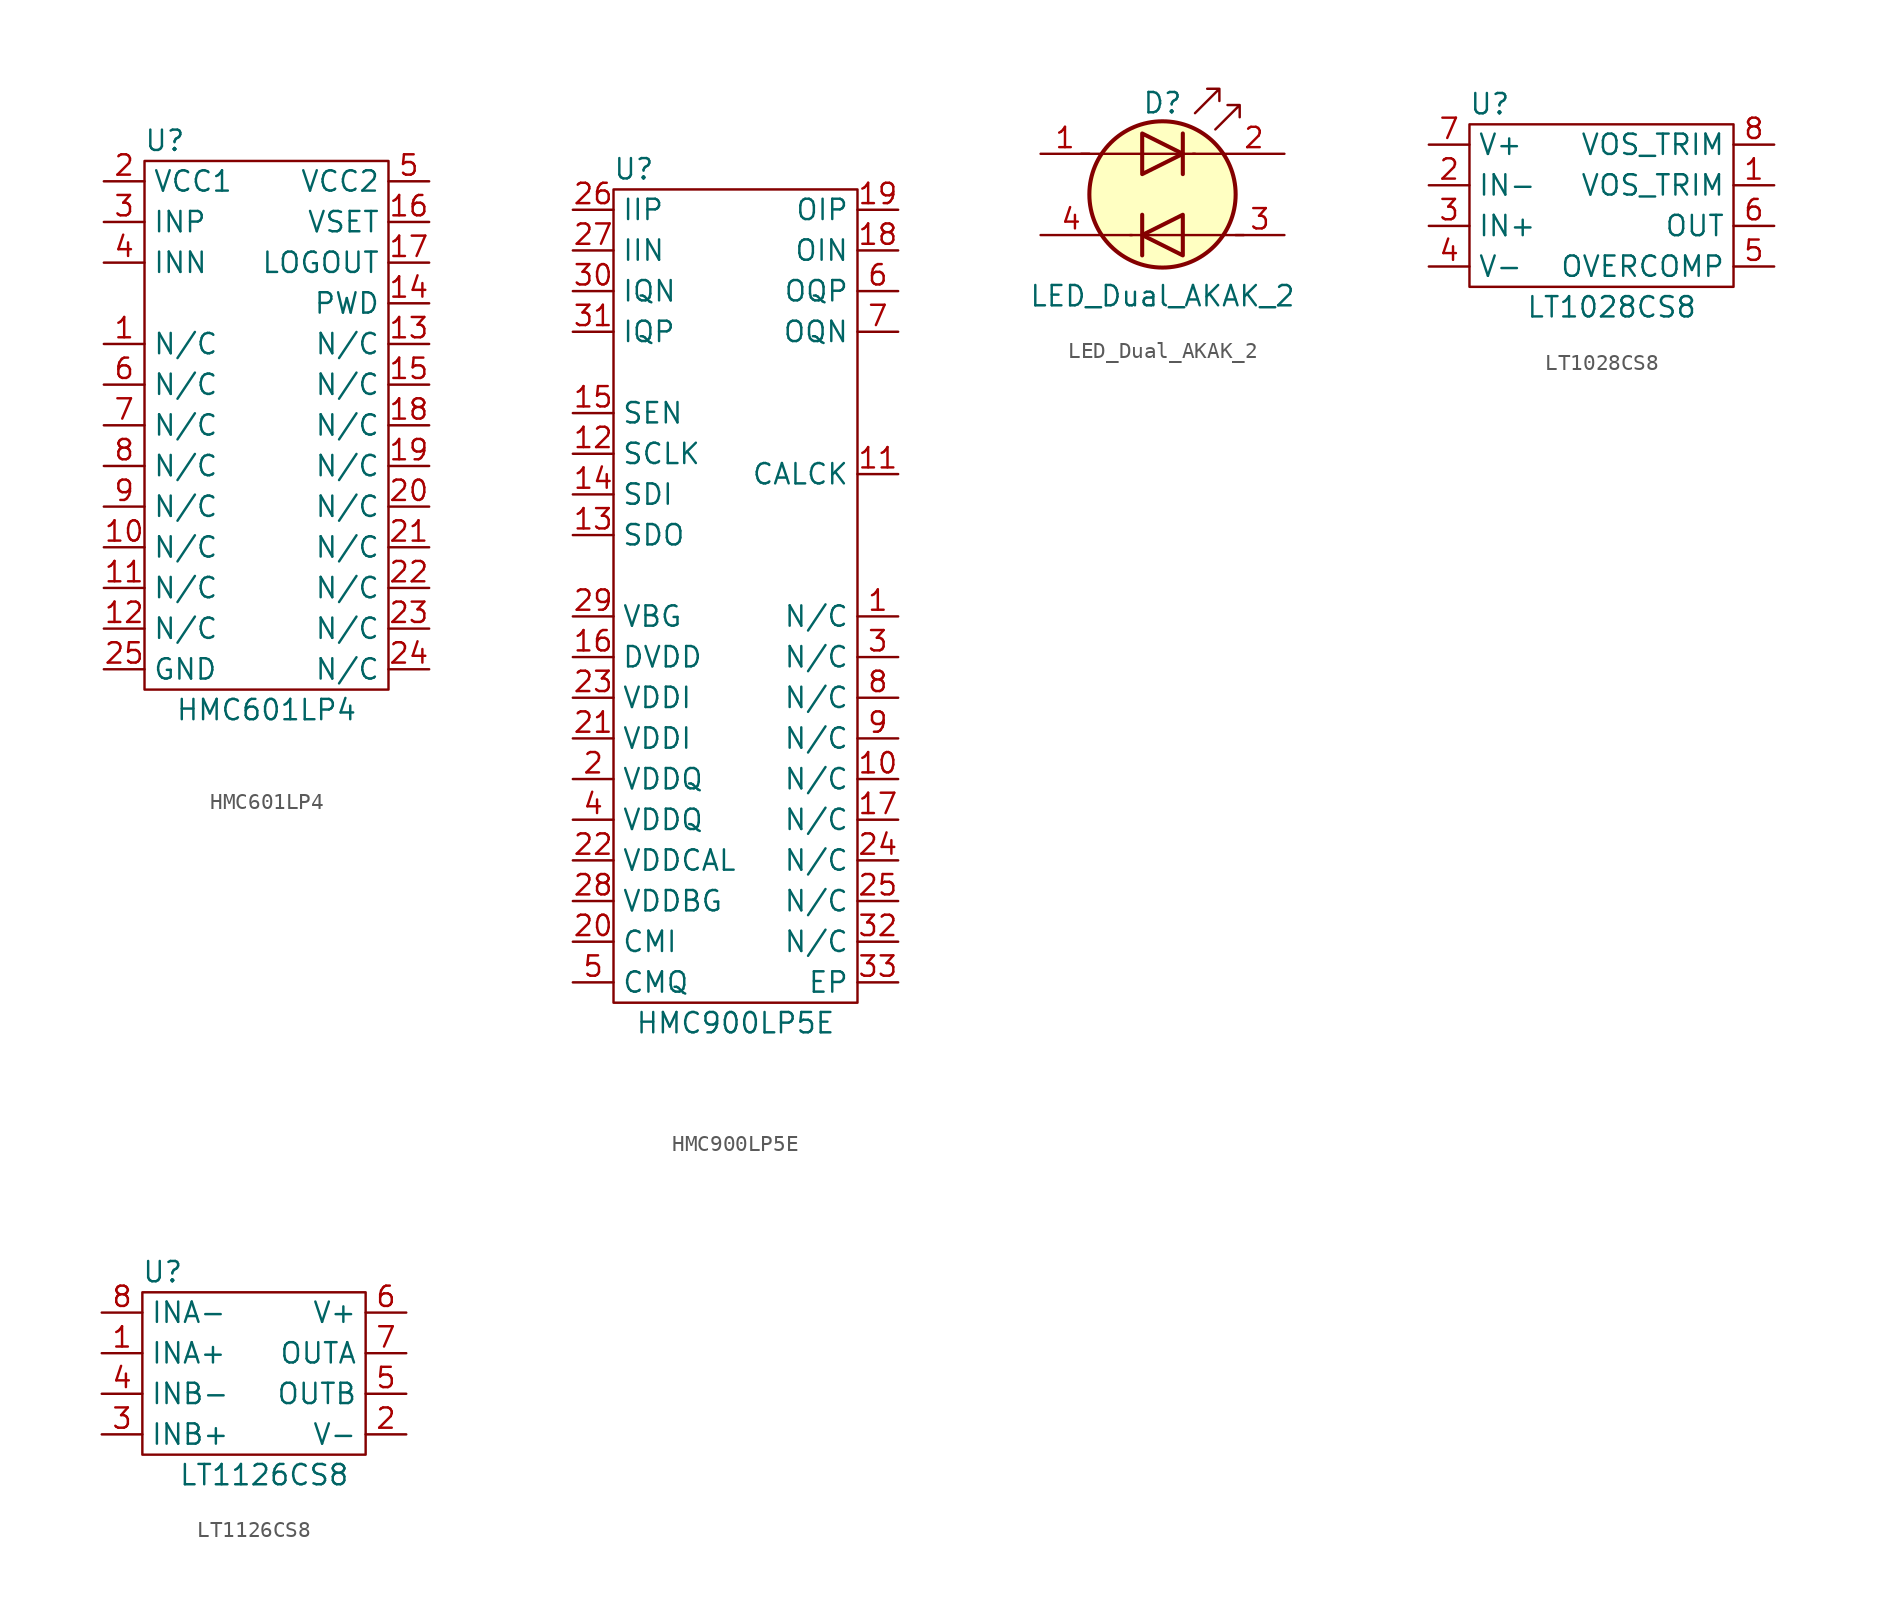
<source format=kicad_sym>
(kicad_symbol_lib
  (version 20211014)
  (generator kicad_symbol_editor)
  (symbol "HMC601LP4"
    (property "Reference" "U"
      (at -6.35 16.51 0)
      (effects (font (size 1.27 1.27))))
    (property "Value" "HMC601LP4"
      (at 0 -19.05 0)
      (effects (font (size 1.27 1.27))))
    (symbol "HMC601LP4_0_1"
      (rectangle (start -7.62 15.24) (end 7.62 -17.78) (stroke (width 0.152) (type default) (color 0 0 0 0)) (fill (type none))))
    (symbol "HMC601LP4_1_1"
      (pin free line (at -10.16 3.81 0) (length 2.54) (name "N/C" (effects (font (size 1.27 1.27)))) (number "1" (effects (font (size 1.27 1.27)))))
      (pin free line (at -10.16 -8.89 0) (length 2.54) (name "N/C" (effects (font (size 1.27 1.27)))) (number "10" (effects (font (size 1.27 1.27)))))
      (pin free line (at -10.16 -11.43 0) (length 2.54) (name "N/C" (effects (font (size 1.27 1.27)))) (number "11" (effects (font (size 1.27 1.27)))))
      (pin free line (at -10.16 -13.97 0) (length 2.54) (name "N/C" (effects (font (size 1.27 1.27)))) (number "12" (effects (font (size 1.27 1.27)))))
      (pin free line (at 10.16 3.81 180) (length 2.54) (name "N/C" (effects (font (size 1.27 1.27)))) (number "13" (effects (font (size 1.27 1.27)))))
      (pin input line (at 10.16 6.35 180) (length 2.54) (name "PWD" (effects (font (size 1.27 1.27)))) (number "14" (effects (font (size 1.27 1.27)))))
      (pin free line (at 10.16 1.27 180) (length 2.54) (name "N/C" (effects (font (size 1.27 1.27)))) (number "15" (effects (font (size 1.27 1.27)))))
      (pin input line (at 10.16 11.43 180) (length 2.54) (name "VSET" (effects (font (size 1.27 1.27)))) (number "16" (effects (font (size 1.27 1.27)))))
      (pin output line (at 10.16 8.89 180) (length 2.54) (name "LOGOUT" (effects (font (size 1.27 1.27)))) (number "17" (effects (font (size 1.27 1.27)))))
      (pin free line (at 10.16 -1.27 180) (length 2.54) (name "N/C" (effects (font (size 1.27 1.27)))) (number "18" (effects (font (size 1.27 1.27)))))
      (pin free line (at 10.16 -3.81 180) (length 2.54) (name "N/C" (effects (font (size 1.27 1.27)))) (number "19" (effects (font (size 1.27 1.27)))))
      (pin power_in line (at -10.16 13.97 0) (length 2.54) (name "VCC1" (effects (font (size 1.27 1.27)))) (number "2" (effects (font (size 1.27 1.27)))))
      (pin free line (at 10.16 -6.35 180) (length 2.54) (name "N/C" (effects (font (size 1.27 1.27)))) (number "20" (effects (font (size 1.27 1.27)))))
      (pin free line (at 10.16 -8.89 180) (length 2.54) (name "N/C" (effects (font (size 1.27 1.27)))) (number "21" (effects (font (size 1.27 1.27)))))
      (pin free line (at 10.16 -11.43 180) (length 2.54) (name "N/C" (effects (font (size 1.27 1.27)))) (number "22" (effects (font (size 1.27 1.27)))))
      (pin free line (at 10.16 -13.97 180) (length 2.54) (name "N/C" (effects (font (size 1.27 1.27)))) (number "23" (effects (font (size 1.27 1.27)))))
      (pin free line (at 10.16 -16.51 180) (length 2.54) (name "N/C" (effects (font (size 1.27 1.27)))) (number "24" (effects (font (size 1.27 1.27)))))
      (pin free line (at -10.16 -16.51 0) (length 2.54) (name "GND" (effects (font (size 1.27 1.27)))) (number "25" (effects (font (size 1.27 1.27)))))
      (pin input line (at -10.16 11.43 0) (length 2.54) (name "INP" (effects (font (size 1.27 1.27)))) (number "3" (effects (font (size 1.27 1.27)))))
      (pin input line (at -10.16 8.89 0) (length 2.54) (name "INN" (effects (font (size 1.27 1.27)))) (number "4" (effects (font (size 1.27 1.27)))))
      (pin power_in line (at 10.16 13.97 180) (length 2.54) (name "VCC2" (effects (font (size 1.27 1.27)))) (number "5" (effects (font (size 1.27 1.27)))))
      (pin free line (at -10.16 1.27 0) (length 2.54) (name "N/C" (effects (font (size 1.27 1.27)))) (number "6" (effects (font (size 1.27 1.27)))))
      (pin free line (at -10.16 -1.27 0) (length 2.54) (name "N/C" (effects (font (size 1.27 1.27)))) (number "7" (effects (font (size 1.27 1.27)))))
      (pin free line (at -10.16 -3.81 0) (length 2.54) (name "N/C" (effects (font (size 1.27 1.27)))) (number "8" (effects (font (size 1.27 1.27)))))
      (pin free line (at -10.16 -6.35 0) (length 2.54) (name "N/C" (effects (font (size 1.27 1.27)))) (number "9" (effects (font (size 1.27 1.27)))))))
  (symbol "HMC900LP5E"
    (property "Reference" "U"
      (at -6.35 22.86 0)
      (effects (font (size 1.27 1.27))))
    (property "Value" "HMC900LP5E"
      (at 0 -30.48 0)
      (effects (font (size 1.27 1.27))))
    (symbol "HMC900LP5E_0_1"
      (rectangle (start -7.62 21.59) (end 7.62 -29.21) (stroke (width 0.152) (type default) (color 0 0 0 0)) (fill (type none))))
    (symbol "HMC900LP5E_1_1"
      (pin free line (at 10.16 -5.08 180) (length 2.54) (name "N/C" (effects (font (size 1.27 1.27)))) (number "1" (effects (font (size 1.27 1.27)))))
      (pin free line (at 10.16 -15.24 180) (length 2.54) (name "N/C" (effects (font (size 1.27 1.27)))) (number "10" (effects (font (size 1.27 1.27)))))
      (pin input line (at 10.16 3.81 180) (length 2.54) (name "CALCK" (effects (font (size 1.27 1.27)))) (number "11" (effects (font (size 1.27 1.27)))))
      (pin input line (at -10.16 5.08 0) (length 2.54) (name "SCLK" (effects (font (size 1.27 1.27)))) (number "12" (effects (font (size 1.27 1.27)))))
      (pin output line (at -10.16 0 0) (length 2.54) (name "SDO" (effects (font (size 1.27 1.27)))) (number "13" (effects (font (size 1.27 1.27)))))
      (pin input line (at -10.16 2.54 0) (length 2.54) (name "SDI" (effects (font (size 1.27 1.27)))) (number "14" (effects (font (size 1.27 1.27)))))
      (pin input line (at -10.16 7.62 0) (length 2.54) (name "SEN" (effects (font (size 1.27 1.27)))) (number "15" (effects (font (size 1.27 1.27)))))
      (pin power_in line (at -10.16 -7.62 0) (length 2.54) (name "DVDD" (effects (font (size 1.27 1.27)))) (number "16" (effects (font (size 1.27 1.27)))))
      (pin free line (at 10.16 -17.78 180) (length 2.54) (name "N/C" (effects (font (size 1.27 1.27)))) (number "17" (effects (font (size 1.27 1.27)))))
      (pin output line (at 10.16 17.78 180) (length 2.54) (name "OIN" (effects (font (size 1.27 1.27)))) (number "18" (effects (font (size 1.27 1.27)))))
      (pin output line (at 10.16 20.32 180) (length 2.54) (name "OIP" (effects (font (size 1.27 1.27)))) (number "19" (effects (font (size 1.27 1.27)))))
      (pin power_in line (at -10.16 -15.24 0) (length 2.54) (name "VDDQ" (effects (font (size 1.27 1.27)))) (number "2" (effects (font (size 1.27 1.27)))))
      (pin input line (at -10.16 -25.4 0) (length 2.54) (name "CMI" (effects (font (size 1.27 1.27)))) (number "20" (effects (font (size 1.27 1.27)))))
      (pin power_in line (at -10.16 -12.7 0) (length 2.54) (name "VDDI" (effects (font (size 1.27 1.27)))) (number "21" (effects (font (size 1.27 1.27)))))
      (pin power_in line (at -10.16 -20.32 0) (length 2.54) (name "VDDCAL" (effects (font (size 1.27 1.27)))) (number "22" (effects (font (size 1.27 1.27)))))
      (pin power_in line (at -10.16 -10.16 0) (length 2.54) (name "VDDI" (effects (font (size 1.27 1.27)))) (number "23" (effects (font (size 1.27 1.27)))))
      (pin free line (at 10.16 -20.32 180) (length 2.54) (name "N/C" (effects (font (size 1.27 1.27)))) (number "24" (effects (font (size 1.27 1.27)))))
      (pin free line (at 10.16 -22.86 180) (length 2.54) (name "N/C" (effects (font (size 1.27 1.27)))) (number "25" (effects (font (size 1.27 1.27)))))
      (pin input line (at -10.16 20.32 0) (length 2.54) (name "IIP" (effects (font (size 1.27 1.27)))) (number "26" (effects (font (size 1.27 1.27)))))
      (pin input line (at -10.16 17.78 0) (length 2.54) (name "IIN" (effects (font (size 1.27 1.27)))) (number "27" (effects (font (size 1.27 1.27)))))
      (pin power_in line (at -10.16 -22.86 0) (length 2.54) (name "VDDBG" (effects (font (size 1.27 1.27)))) (number "28" (effects (font (size 1.27 1.27)))))
      (pin power_out line (at -10.16 -5.08 0) (length 2.54) (name "VBG" (effects (font (size 1.27 1.27)))) (number "29" (effects (font (size 1.27 1.27)))))
      (pin free line (at 10.16 -7.62 180) (length 2.54) (name "N/C" (effects (font (size 1.27 1.27)))) (number "3" (effects (font (size 1.27 1.27)))))
      (pin input line (at -10.16 15.24 0) (length 2.54) (name "IQN" (effects (font (size 1.27 1.27)))) (number "30" (effects (font (size 1.27 1.27)))))
      (pin input line (at -10.16 12.7 0) (length 2.54) (name "IQP" (effects (font (size 1.27 1.27)))) (number "31" (effects (font (size 1.27 1.27)))))
      (pin free line (at 10.16 -25.4 180) (length 2.54) (name "N/C" (effects (font (size 1.27 1.27)))) (number "32" (effects (font (size 1.27 1.27)))))
      (pin power_in line (at 10.16 -27.94 180) (length 2.54) (name "EP" (effects (font (size 1.27 1.27)))) (number "33" (effects (font (size 1.27 1.27)))))
      (pin power_in line (at -10.16 -17.78 0) (length 2.54) (name "VDDQ" (effects (font (size 1.27 1.27)))) (number "4" (effects (font (size 1.27 1.27)))))
      (pin input line (at -10.16 -27.94 0) (length 2.54) (name "CMQ" (effects (font (size 1.27 1.27)))) (number "5" (effects (font (size 1.27 1.27)))))
      (pin output line (at 10.16 15.24 180) (length 2.54) (name "OQP" (effects (font (size 1.27 1.27)))) (number "6" (effects (font (size 1.27 1.27)))))
      (pin output line (at 10.16 12.7 180) (length 2.54) (name "OQN" (effects (font (size 1.27 1.27)))) (number "7" (effects (font (size 1.27 1.27)))))
      (pin free line (at 10.16 -10.16 180) (length 2.54) (name "N/C" (effects (font (size 1.27 1.27)))) (number "8" (effects (font (size 1.27 1.27)))))
      (pin free line (at 10.16 -12.7 180) (length 2.54) (name "N/C" (effects (font (size 1.27 1.27)))) (number "9" (effects (font (size 1.27 1.27)))))))
  (symbol "LED_Dual_AKAK_2"
    (pin_names
      (offset 0) hide)
    (property "Reference" "D"
      (at 0 5.715 0)
      (effects (font (size 1.27 1.27))))
    (property "Value" "LED_Dual_AKAK_2"
      (at 0 -6.35 0)
      (effects (font (size 1.27 1.27))))
    (symbol "LED_Dual_AKAK_2_0_1"
      (polyline (pts (xy -5.08 2.54) (xy 2.032 2.54)) (stroke (width 0) (type default) (color 0 0 0 0)) (fill (type none)))
      (polyline (pts (xy -3.81 -2.54) (xy -1.905 -2.54)) (stroke (width 0) (type default) (color 0 0 0 0)) (fill (type none)))
      (polyline (pts (xy -1.27 -1.27) (xy -1.27 -3.81)) (stroke (width 0.254) (type default) (color 0 0 0 0)) (fill (type none)))
      (polyline (pts (xy 1.27 3.81) (xy 1.27 1.27)) (stroke (width 0.254) (type default) (color 0 0 0 0)) (fill (type none)))
      (polyline (pts (xy 3.81 2.54) (xy 1.905 2.54)) (stroke (width 0) (type default) (color 0 0 0 0)) (fill (type none)))
      (polyline (pts (xy 5.08 -2.54) (xy -2.032 -2.54)) (stroke (width 0) (type default) (color 0 0 0 0)) (fill (type none)))
      (polyline (pts (xy -1.27 3.81) (xy -1.27 1.27) (xy 1.27 2.54) (xy -1.27 3.81)) (stroke (width 0.254) (type default) (color 0 0 0 0)) (fill (type none)))
      (polyline (pts (xy 1.27 -1.27) (xy 1.27 -3.81) (xy -1.27 -2.54) (xy 1.27 -1.27)) (stroke (width 0.254) (type default) (color 0 0 0 0)) (fill (type none)))
      (polyline (pts (xy 2.032 5.08) (xy 3.556 6.604) (xy 2.794 6.604) (xy 3.556 6.604) (xy 3.556 5.842)) (stroke (width 0) (type default) (color 0 0 0 0)) (fill (type none)))
      (polyline (pts (xy 3.302 4.064) (xy 4.826 5.588) (xy 4.064 5.588) (xy 4.826 5.588) (xy 4.826 4.826)) (stroke (width 0) (type default) (color 0 0 0 0)) (fill (type none)))
      (circle (center 0 0) (radius 4.572) (stroke (width 0.254) (type default) (color 0 0 0 0)) (fill (type background))))
    (symbol "LED_Dual_AKAK_2_1_1"
      (pin input line (at -7.62 2.54 0) (length 3.048) (name "A1" (effects (font (size 1.27 1.27)))) (number "1" (effects (font (size 1.27 1.27)))))
      (pin input line (at 7.62 2.54 180) (length 3.81) (name "K1" (effects (font (size 1.27 1.27)))) (number "2" (effects (font (size 1.27 1.27)))))
      (pin input line (at 7.62 -2.54 180) (length 3.048) (name "A2" (effects (font (size 1.27 1.27)))) (number "3" (effects (font (size 1.27 1.27)))))
      (pin input line (at -7.62 -2.54 0) (length 3.81) (name "K2" (effects (font (size 1.27 1.27)))) (number "4" (effects (font (size 1.27 1.27)))))))
  (symbol "LT1028CS8"
    (property "Reference" "U"
      (at -6.35 6.35 0)
      (effects (font (size 1.27 1.27))))
    (property "Value" "LT1028CS8"
      (at 1.27 -6.35 0)
      (effects (font (size 1.27 1.27))))
    (symbol "LT1028CS8_0_1"
      (rectangle (start -7.62 5.08) (end 8.89 -5.08) (stroke (width 0.152) (type default) (color 0 0 0 0)) (fill (type none))))
    (symbol "LT1028CS8_1_1"
      (pin input line (at 11.43 1.27 180) (length 2.54) (name "VOS_TRIM" (effects (font (size 1.27 1.27)))) (number "1" (effects (font (size 1.27 1.27)))))
      (pin input line (at -10.16 1.27 0) (length 2.54) (name "IN-" (effects (font (size 1.27 1.27)))) (number "2" (effects (font (size 1.27 1.27)))))
      (pin input line (at -10.16 -1.27 0) (length 2.54) (name "IN+" (effects (font (size 1.27 1.27)))) (number "3" (effects (font (size 1.27 1.27)))))
      (pin power_in line (at -10.16 -3.81 0) (length 2.54) (name "V-" (effects (font (size 1.27 1.27)))) (number "4" (effects (font (size 1.27 1.27)))))
      (pin input line (at 11.43 -3.81 180) (length 2.54) (name "OVERCOMP" (effects (font (size 1.27 1.27)))) (number "5" (effects (font (size 1.27 1.27)))))
      (pin output line (at 11.43 -1.27 180) (length 2.54) (name "OUT" (effects (font (size 1.27 1.27)))) (number "6" (effects (font (size 1.27 1.27)))))
      (pin power_in line (at -10.16 3.81 0) (length 2.54) (name "V+" (effects (font (size 1.27 1.27)))) (number "7" (effects (font (size 1.27 1.27)))))
      (pin input line (at 11.43 3.81 180) (length 2.54) (name "VOS_TRIM" (effects (font (size 1.27 1.27)))) (number "8" (effects (font (size 1.27 1.27)))))))
  (symbol "LT1126CS8"
    (property "Reference" "U"
      (at -6.35 6.35 0)
      (effects (font (size 1.27 1.27))))
    (property "Value" "LT1126CS8"
      (at 0 -6.35 0)
      (effects (font (size 1.27 1.27))))
    (symbol "LT1126CS8_0_1"
      (rectangle (start -7.62 5.08) (end 6.35 -5.08) (stroke (width 0.152) (type default) (color 0 0 0 0)) (fill (type none))))
    (symbol "LT1126CS8_1_1"
      (pin input line (at -10.16 1.27 0) (length 2.54) (name "INA+" (effects (font (size 1.27 1.27)))) (number "1" (effects (font (size 1.27 1.27)))))
      (pin power_in line (at 8.89 -3.81 180) (length 2.54) (name "V-" (effects (font (size 1.27 1.27)))) (number "2" (effects (font (size 1.27 1.27)))))
      (pin input line (at -10.16 -3.81 0) (length 2.54) (name "INB+" (effects (font (size 1.27 1.27)))) (number "3" (effects (font (size 1.27 1.27)))))
      (pin input line (at -10.16 -1.27 0) (length 2.54) (name "INB-" (effects (font (size 1.27 1.27)))) (number "4" (effects (font (size 1.27 1.27)))))
      (pin output line (at 8.89 -1.27 180) (length 2.54) (name "OUTB" (effects (font (size 1.27 1.27)))) (number "5" (effects (font (size 1.27 1.27)))))
      (pin power_in line (at 8.89 3.81 180) (length 2.54) (name "V+" (effects (font (size 1.27 1.27)))) (number "6" (effects (font (size 1.27 1.27)))))
      (pin output line (at 8.89 1.27 180) (length 2.54) (name "OUTA" (effects (font (size 1.27 1.27)))) (number "7" (effects (font (size 1.27 1.27)))))
      (pin input line (at -10.16 3.81 0) (length 2.54) (name "INA-" (effects (font (size 1.27 1.27)))) (number "8" (effects (font (size 1.27 1.27))))))))
</source>
